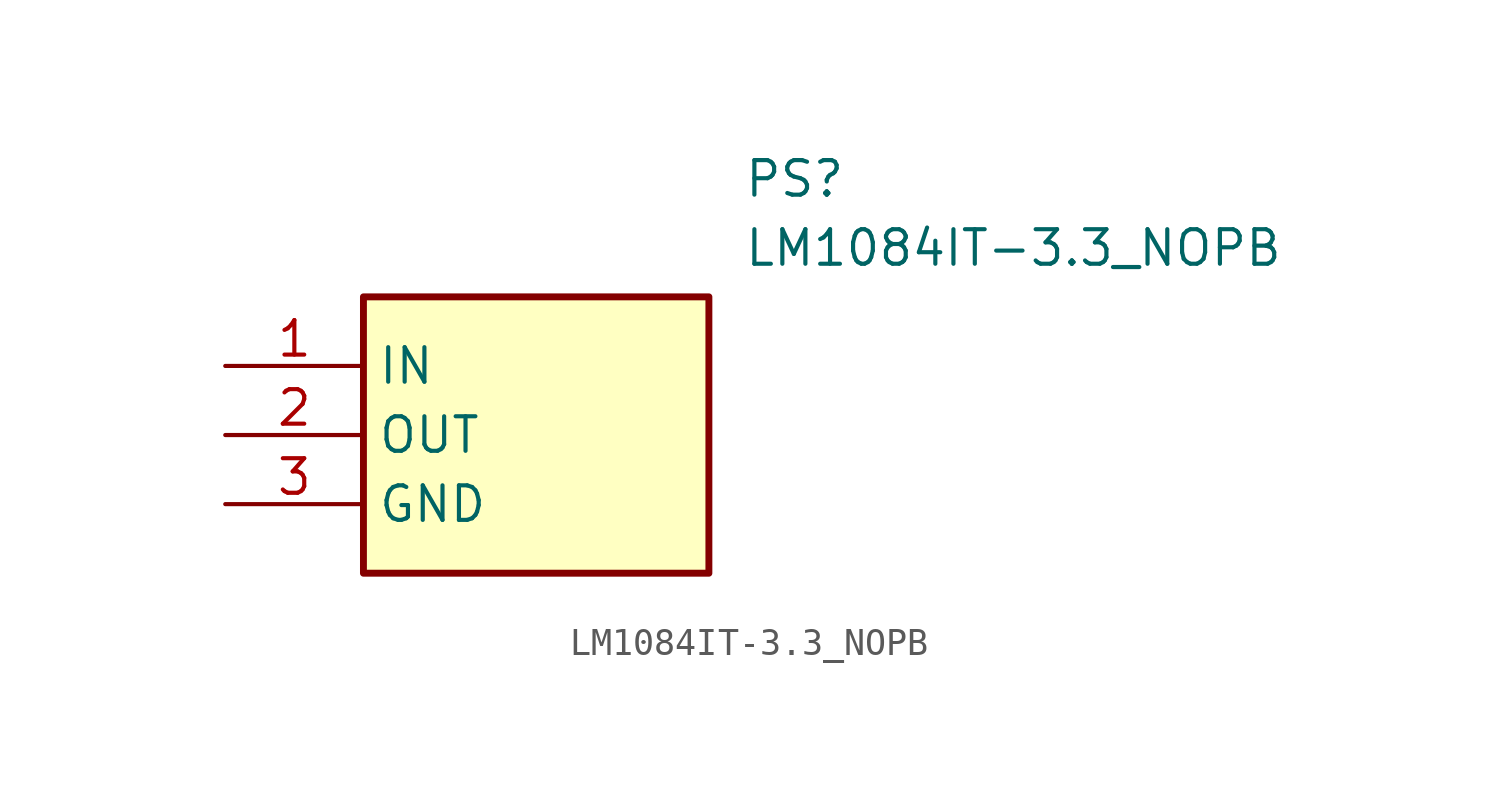
<source format=kicad_sym>
(kicad_symbol_lib
  (version 20211014)
  (generator SamacSys_ECAD_Model)
  (symbol "LM1084IT-3.3_NOPB"
    (property "Reference" "PS"
      (at 19.05 7.62 0)
      (effects (font (size 1.27 1.27)) (justify left top)))
    (property "Value" "LM1084IT-3.3_NOPB"
      (at 19.05 5.08 0)
      (effects (font (size 1.27 1.27)) (justify left top)))
    (rectangle
      (start 5.08 2.54)
      (end 17.78 -7.62)
      (stroke (width 0.254) (type default))
      (fill (type background)))
    (pin input line
      (at 0 0 0)
      (length 5.08)
      (name "IN" (effects (font (size 1.27 1.27))))
      (number "1" (effects (font (size 1.27 1.27)))))
    (pin output line
      (at 0 -2.54 0)
      (length 5.08)
      (name "OUT" (effects (font (size 1.27 1.27))))
      (number "2" (effects (font (size 1.27 1.27)))))
    (pin power_in line
      (at 0 -5.08 0)
      (length 5.08)
      (name "GND" (effects (font (size 1.27 1.27))))
      (number "3" (effects (font (size 1.27 1.27)))))))
</source>
